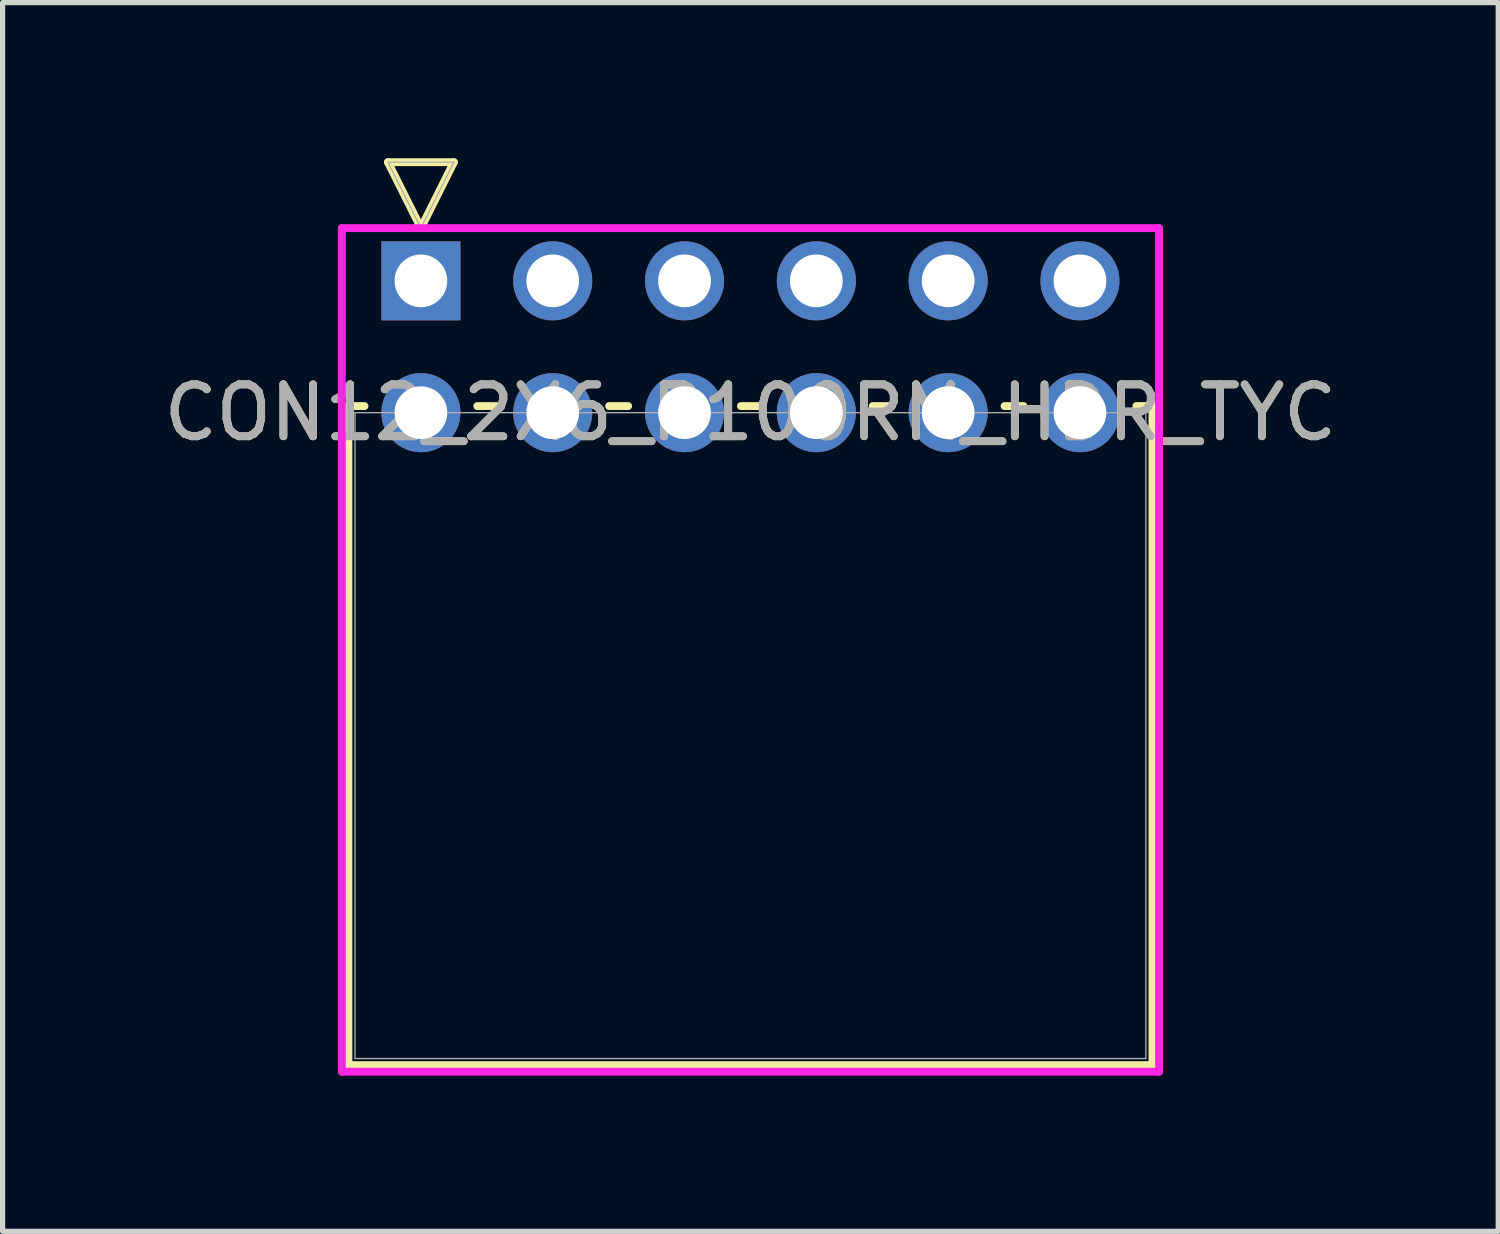
<source format=kicad_pcb>
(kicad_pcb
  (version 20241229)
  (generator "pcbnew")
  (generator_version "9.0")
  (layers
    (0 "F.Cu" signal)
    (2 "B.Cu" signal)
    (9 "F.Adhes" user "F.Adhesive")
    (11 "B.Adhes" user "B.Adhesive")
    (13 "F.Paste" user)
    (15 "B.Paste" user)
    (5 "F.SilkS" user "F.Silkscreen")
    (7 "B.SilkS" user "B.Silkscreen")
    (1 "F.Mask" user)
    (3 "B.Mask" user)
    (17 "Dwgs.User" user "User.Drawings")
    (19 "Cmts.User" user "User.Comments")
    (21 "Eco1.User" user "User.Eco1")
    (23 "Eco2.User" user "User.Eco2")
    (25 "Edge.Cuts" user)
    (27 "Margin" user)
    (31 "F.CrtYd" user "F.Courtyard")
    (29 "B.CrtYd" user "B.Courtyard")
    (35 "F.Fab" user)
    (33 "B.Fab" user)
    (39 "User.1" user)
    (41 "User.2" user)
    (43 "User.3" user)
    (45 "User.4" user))
  (footprint "CON12_2X6_P100RM_HDR_TYC"
    (layer "F.Cu")
    (at 5.061 2.362)
    (property "Reference" "CON12_2X6_P100RM_HDR_TYC" (at 6.35 2.54 0) (unlocked yes) (layer "F.SilkS") (effects (font (size 1 1) (thickness 0.15))))
    (attr through_hole)
    (fp_line (start -1.397 2.413) (end -1.397 15.113) (stroke (width 0.152) (type solid)) (layer "F.SilkS"))
    (fp_line (start -1.397 15.113) (end 14.097 15.113) (stroke (width 0.152) (type solid)) (layer "F.SilkS"))
    (fp_line (start -1.087 2.413) (end -1.397 2.413) (stroke (width 0.152) (type solid)) (layer "F.SilkS"))
    (fp_line (start -0.635 -2.286) (end 0.635 -2.286) (stroke (width 0.152) (type solid)) (layer "F.SilkS"))
    (fp_line (start -0.039 -1.095) (end -0.635 -2.286) (stroke (width 0.152) (type solid)) (layer "F.SilkS"))
    (fp_line (start 0.635 -2.286) (end 0.039 -1.095) (stroke (width 0.152) (type solid)) (layer "F.SilkS"))
    (fp_line (start 1.453 2.413) (end 1.087 2.413) (stroke (width 0.152) (type solid)) (layer "F.SilkS"))
    (fp_line (start 3.993 2.413) (end 3.627 2.413) (stroke (width 0.152) (type solid)) (layer "F.SilkS"))
    (fp_line (start 6.533 2.413) (end 6.167 2.413) (stroke (width 0.152) (type solid)) (layer "F.SilkS"))
    (fp_line (start 9.073 2.413) (end 8.707 2.413) (stroke (width 0.152) (type solid)) (layer "F.SilkS"))
    (fp_line (start 11.613 2.413) (end 11.247 2.413) (stroke (width 0.152) (type solid)) (layer "F.SilkS"))
    (fp_line (start 14.097 2.413) (end 13.787 2.413) (stroke (width 0.152) (type solid)) (layer "F.SilkS"))
    (fp_line (start 14.097 15.113) (end 14.097 2.413) (stroke (width 0.152) (type solid)) (layer "F.SilkS"))
    (fp_line (start -1.524 -1.016) (end -1.524 15.24) (stroke (width 0.152) (type solid)) (layer "F.CrtYd"))
    (fp_line (start -1.524 15.24) (end 14.224 15.24) (stroke (width 0.152) (type solid)) (layer "F.CrtYd"))
    (fp_line (start 14.224 -1.016) (end -1.524 -1.016) (stroke (width 0.152) (type solid)) (layer "F.CrtYd"))
    (fp_line (start 14.224 15.24) (end 14.224 -1.016) (stroke (width 0.152) (type solid)) (layer "F.CrtYd"))
    (fp_line (start -1.27 2.54) (end -1.27 14.986) (stroke (width 0.025) (type solid)) (layer "F.Fab"))
    (fp_line (start -1.27 14.986) (end 13.97 14.986) (stroke (width 0.025) (type solid)) (layer "F.Fab"))
    (fp_line (start -0.635 -2.286) (end 0.635 -2.286) (stroke (width 0.025) (type solid)) (layer "F.Fab"))
    (fp_line (start 0 -1.016) (end -0.635 -2.286) (stroke (width 0.025) (type solid)) (layer "F.Fab"))
    (fp_line (start 0.635 -2.286) (end 0 -1.016) (stroke (width 0.025) (type solid)) (layer "F.Fab"))
    (fp_line (start 13.97 2.54) (end -1.27 2.54) (stroke (width 0.025) (type solid)) (layer "F.Fab"))
    (fp_line (start 13.97 14.986) (end 13.97 2.54) (stroke (width 0.025) (type solid)) (layer "F.Fab"))
    (fp_text user "${REFERENCE}" (at 6.35 2.54 0) (unlocked yes) (layer "F.Fab") (effects (font (size 1 1) (thickness 0.15))))
    (pad "1" thru_hole rect (at 0 0) (size 1.524 1.524) (drill 1.016) (layers "*.Cu" "*.Mask"))
    (pad "2" thru_hole circle (at 0 2.54) (size 1.524 1.524) (drill 1.016) (layers "*.Cu" "*.Mask"))
    (pad "3" thru_hole circle (at 2.54 0) (size 1.524 1.524) (drill 1.016) (layers "*.Cu" "*.Mask"))
    (pad "4" thru_hole circle (at 2.54 2.54) (size 1.524 1.524) (drill 1.016) (layers "*.Cu" "*.Mask"))
    (pad "5" thru_hole circle (at 5.08 0) (size 1.524 1.524) (drill 1.016) (layers "*.Cu" "*.Mask"))
    (pad "6" thru_hole circle (at 5.08 2.54) (size 1.524 1.524) (drill 1.016) (layers "*.Cu" "*.Mask"))
    (pad "7" thru_hole circle (at 7.62 0) (size 1.524 1.524) (drill 1.016) (layers "*.Cu" "*.Mask"))
    (pad "8" thru_hole circle (at 7.62 2.54) (size 1.524 1.524) (drill 1.016) (layers "*.Cu" "*.Mask"))
    (pad "9" thru_hole circle (at 10.16 0) (size 1.524 1.524) (drill 1.016) (layers "*.Cu" "*.Mask"))
    (pad "10" thru_hole circle (at 10.16 2.54) (size 1.524 1.524) (drill 1.016) (layers "*.Cu" "*.Mask"))
    (pad "11" thru_hole circle (at 12.7 0) (size 1.524 1.524) (drill 1.016) (layers "*.Cu" "*.Mask"))
    (pad "12" thru_hole circle (at 12.7 2.54) (size 1.524 1.524) (drill 1.016) (layers "*.Cu" "*.Mask")))
  (gr_rect
    (start -3 -3)
    (end 25.821 20.678)
    (stroke (width 0.1) (type default))
    (fill no)
    (layer "Edge.Cuts")))
</source>
